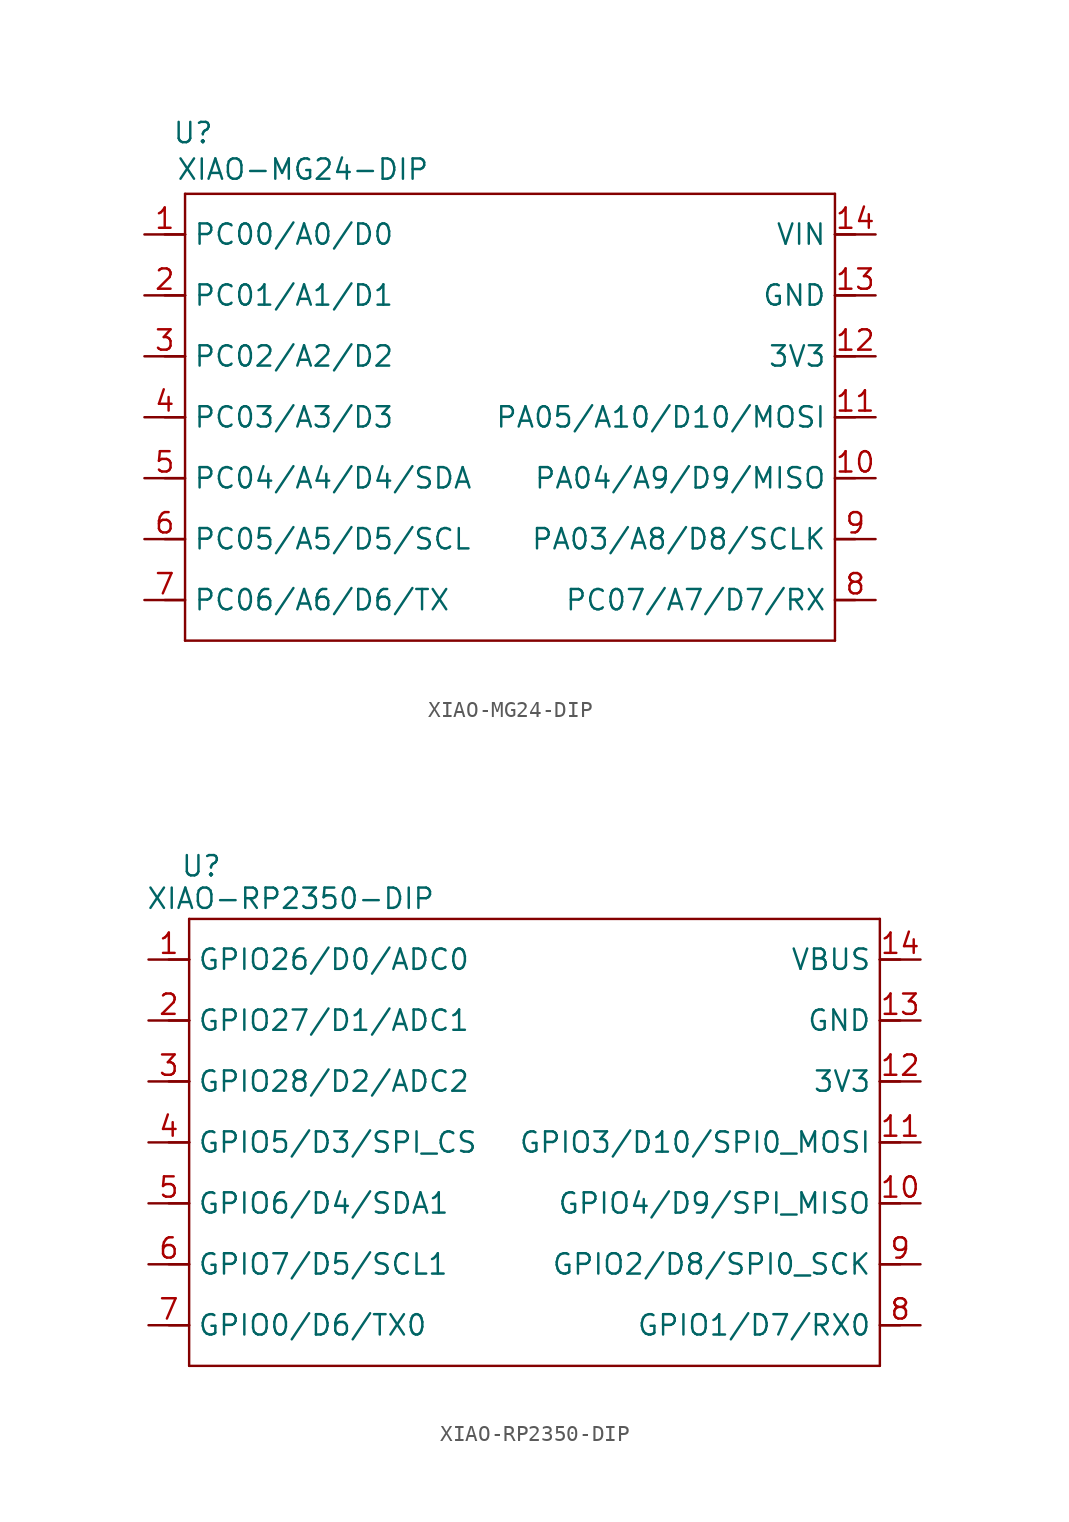
<source format=kicad_sym>
(kicad_symbol_lib
  (version 20231120)
  (generator "kicad_symbol_editor")
  (generator_version "8.0")
  (symbol "XIAO-MG24-DIP"
    (property "Reference" "U"
      (at 0.508 0 0)
      (effects (font (size 1.27 1.27))))
    (property "Value" "XIAO-MG24-DIP"
      (at 7.366 -2.286 0)
      (effects (font (size 1.27 1.27))))
    (symbol "XIAO-MG24-DIP_1_0"
      (polyline (pts (xy 0 -31.75) (xy 0 -17.78)) (stroke (width 0.152) (type solid)) (fill (type none)))
      (polyline (pts (xy 0 -29.21) (xy -1.27 -29.21)) (stroke (width 0.152) (type solid)) (fill (type none)))
      (polyline (pts (xy 0 -25.4) (xy -1.27 -25.4)) (stroke (width 0.152) (type solid)) (fill (type none)))
      (polyline (pts (xy 0 -21.59) (xy -1.27 -21.59)) (stroke (width 0.152) (type solid)) (fill (type none)))
      (polyline (pts (xy 0 -17.78) (xy -1.27 -17.78)) (stroke (width 0.152) (type solid)) (fill (type none)))
      (polyline (pts (xy 0 -17.78) (xy 0 -13.97)) (stroke (width 0.152) (type solid)) (fill (type none)))
      (polyline (pts (xy 0 -13.97) (xy -1.27 -13.97)) (stroke (width 0.152) (type solid)) (fill (type none)))
      (polyline (pts (xy 0 -13.97) (xy 0 -10.16)) (stroke (width 0.152) (type solid)) (fill (type none)))
      (polyline (pts (xy 0 -10.16) (xy -1.27 -10.16)) (stroke (width 0.152) (type solid)) (fill (type none)))
      (polyline (pts (xy 0 -10.16) (xy 0 -6.35)) (stroke (width 0.152) (type solid)) (fill (type none)))
      (polyline (pts (xy 0 -6.35) (xy -1.27 -6.35)) (stroke (width 0.152) (type solid)) (fill (type none)))
      (polyline (pts (xy 0 -6.35) (xy 0 -3.81)) (stroke (width 0.152) (type solid)) (fill (type none)))
      (polyline (pts (xy 0 -3.81) (xy 40.64 -3.81)) (stroke (width 0.152) (type solid)) (fill (type none)))
      (polyline (pts (xy 40.64 -31.75) (xy 0 -31.75)) (stroke (width 0.152) (type solid)) (fill (type none)))
      (polyline (pts (xy 40.64 -13.97) (xy 40.64 -31.75)) (stroke (width 0.152) (type solid)) (fill (type none)))
      (polyline (pts (xy 40.64 -10.16) (xy 40.64 -13.97)) (stroke (width 0.152) (type solid)) (fill (type none)))
      (polyline (pts (xy 40.64 -6.35) (xy 40.64 -10.16)) (stroke (width 0.152) (type solid)) (fill (type none)))
      (polyline (pts (xy 40.64 -3.81) (xy 40.64 -6.35)) (stroke (width 0.152) (type solid)) (fill (type none)))
      (polyline (pts (xy 41.91 -29.21) (xy 40.64 -29.21)) (stroke (width 0.152) (type solid)) (fill (type none)))
      (polyline (pts (xy 41.91 -25.4) (xy 40.64 -25.4)) (stroke (width 0.152) (type solid)) (fill (type none)))
      (polyline (pts (xy 41.91 -21.59) (xy 40.64 -21.59)) (stroke (width 0.152) (type solid)) (fill (type none)))
      (polyline (pts (xy 41.91 -17.78) (xy 40.64 -17.78)) (stroke (width 0.152) (type solid)) (fill (type none)))
      (polyline (pts (xy 41.91 -13.97) (xy 40.64 -13.97)) (stroke (width 0.152) (type solid)) (fill (type none)))
      (polyline (pts (xy 41.91 -10.16) (xy 40.64 -10.16)) (stroke (width 0.152) (type solid)) (fill (type none)))
      (polyline (pts (xy 41.91 -6.35) (xy 40.64 -6.35)) (stroke (width 0.152) (type solid)) (fill (type none)))
      (pin passive line (at -2.54 -6.35 0) (length 2.54) (name "PC00/A0/D0" (effects (font (size 1.27 1.27)))) (number "1" (effects (font (size 1.27 1.27)))))
      (pin passive line (at 43.18 -21.59 180) (length 2.54) (name "PA04/A9/D9/MISO" (effects (font (size 1.27 1.27)))) (number "10" (effects (font (size 1.27 1.27)))))
      (pin passive line (at 43.18 -17.78 180) (length 2.54) (name "PA05/A10/D10/MOSI" (effects (font (size 1.27 1.27)))) (number "11" (effects (font (size 1.27 1.27)))))
      (pin passive line (at 43.18 -13.97 180) (length 2.54) (name "3V3" (effects (font (size 1.27 1.27)))) (number "12" (effects (font (size 1.27 1.27)))))
      (pin passive line (at 43.18 -10.16 180) (length 2.54) (name "GND" (effects (font (size 1.27 1.27)))) (number "13" (effects (font (size 1.27 1.27)))))
      (pin passive line (at 43.18 -6.35 180) (length 2.54) (name "VIN" (effects (font (size 1.27 1.27)))) (number "14" (effects (font (size 1.27 1.27)))))
      (pin passive line (at -2.54 -10.16 0) (length 2.54) (name "PC01/A1/D1" (effects (font (size 1.27 1.27)))) (number "2" (effects (font (size 1.27 1.27)))))
      (pin passive line (at -2.54 -13.97 0) (length 2.54) (name "PC02/A2/D2" (effects (font (size 1.27 1.27)))) (number "3" (effects (font (size 1.27 1.27)))))
      (pin passive line (at -2.54 -17.78 0) (length 2.54) (name "PC03/A3/D3" (effects (font (size 1.27 1.27)))) (number "4" (effects (font (size 1.27 1.27)))))
      (pin passive line (at -2.54 -21.59 0) (length 2.54) (name "PC04/A4/D4/SDA" (effects (font (size 1.27 1.27)))) (number "5" (effects (font (size 1.27 1.27)))))
      (pin passive line (at -2.54 -25.4 0) (length 2.54) (name "PC05/A5/D5/SCL" (effects (font (size 1.27 1.27)))) (number "6" (effects (font (size 1.27 1.27)))))
      (pin passive line (at -2.54 -29.21 0) (length 2.54) (name "PC06/A6/D6/TX" (effects (font (size 1.27 1.27)))) (number "7" (effects (font (size 1.27 1.27)))))
      (pin passive line (at 43.18 -29.21 180) (length 2.54) (name "PC07/A7/D7/RX" (effects (font (size 1.27 1.27)))) (number "8" (effects (font (size 1.27 1.27)))))
      (pin passive line (at 43.18 -25.4 180) (length 2.54) (name "PA03/A8/D8/SCLK" (effects (font (size 1.27 1.27)))) (number "9" (effects (font (size 1.27 1.27)))))))
  (symbol "XIAO-RP2350-DIP"
    (property "Reference" "U"
      (at -5.588 2.032 0)
      (effects (font (size 1.27 1.27))))
    (property "Value" "XIAO-RP2350-DIP"
      (at 0 0 0)
      (effects (font (size 1.27 1.27))))
    (symbol "XIAO-RP2350-DIP_1_0"
      (polyline (pts (xy -6.35 -29.21) (xy -6.35 -15.24)) (stroke (width 0.152) (type solid)) (fill (type none)))
      (polyline (pts (xy -6.35 -26.67) (xy -7.62 -26.67)) (stroke (width 0.152) (type solid)) (fill (type none)))
      (polyline (pts (xy -6.35 -22.86) (xy -7.62 -22.86)) (stroke (width 0.152) (type solid)) (fill (type none)))
      (polyline (pts (xy -6.35 -19.05) (xy -7.62 -19.05)) (stroke (width 0.152) (type solid)) (fill (type none)))
      (polyline (pts (xy -6.35 -15.24) (xy -7.62 -15.24)) (stroke (width 0.152) (type solid)) (fill (type none)))
      (polyline (pts (xy -6.35 -15.24) (xy -6.35 -11.43)) (stroke (width 0.152) (type solid)) (fill (type none)))
      (polyline (pts (xy -6.35 -11.43) (xy -7.62 -11.43)) (stroke (width 0.152) (type solid)) (fill (type none)))
      (polyline (pts (xy -6.35 -11.43) (xy -6.35 -7.62)) (stroke (width 0.152) (type solid)) (fill (type none)))
      (polyline (pts (xy -6.35 -7.62) (xy -7.62 -7.62)) (stroke (width 0.152) (type solid)) (fill (type none)))
      (polyline (pts (xy -6.35 -7.62) (xy -6.35 -3.81)) (stroke (width 0.152) (type solid)) (fill (type none)))
      (polyline (pts (xy -6.35 -3.81) (xy -7.62 -3.81)) (stroke (width 0.152) (type solid)) (fill (type none)))
      (polyline (pts (xy -6.35 -3.81) (xy -6.35 -1.27)) (stroke (width 0.152) (type solid)) (fill (type none)))
      (polyline (pts (xy -6.35 -1.27) (xy 36.83 -1.27)) (stroke (width 0.152) (type solid)) (fill (type none)))
      (polyline (pts (xy 36.83 -29.21) (xy -6.35 -29.21)) (stroke (width 0.152) (type solid)) (fill (type none)))
      (polyline (pts (xy 36.83 -11.43) (xy 36.83 -29.21)) (stroke (width 0.152) (type solid)) (fill (type none)))
      (polyline (pts (xy 36.83 -7.62) (xy 36.83 -11.43)) (stroke (width 0.152) (type solid)) (fill (type none)))
      (polyline (pts (xy 36.83 -3.81) (xy 36.83 -7.62)) (stroke (width 0.152) (type solid)) (fill (type none)))
      (polyline (pts (xy 36.83 -1.27) (xy 36.83 -3.81)) (stroke (width 0.152) (type solid)) (fill (type none)))
      (polyline (pts (xy 38.1 -26.67) (xy 36.83 -26.67)) (stroke (width 0.152) (type solid)) (fill (type none)))
      (polyline (pts (xy 38.1 -22.86) (xy 36.83 -22.86)) (stroke (width 0.152) (type solid)) (fill (type none)))
      (polyline (pts (xy 38.1 -19.05) (xy 36.83 -19.05)) (stroke (width 0.152) (type solid)) (fill (type none)))
      (polyline (pts (xy 38.1 -15.24) (xy 36.83 -15.24)) (stroke (width 0.152) (type solid)) (fill (type none)))
      (polyline (pts (xy 38.1 -11.43) (xy 36.83 -11.43)) (stroke (width 0.152) (type solid)) (fill (type none)))
      (polyline (pts (xy 38.1 -7.62) (xy 36.83 -7.62)) (stroke (width 0.152) (type solid)) (fill (type none)))
      (polyline (pts (xy 38.1 -3.81) (xy 36.83 -3.81)) (stroke (width 0.152) (type solid)) (fill (type none)))
      (pin passive line (at -8.89 -3.81 0) (length 2.54) (name "GPIO26/D0/ADC0" (effects (font (size 1.27 1.27)))) (number "1" (effects (font (size 1.27 1.27)))))
      (pin passive line (at 39.37 -19.05 180) (length 2.54) (name "GPIO4/D9/SPI_MISO" (effects (font (size 1.27 1.27)))) (number "10" (effects (font (size 1.27 1.27)))))
      (pin passive line (at 39.37 -15.24 180) (length 2.54) (name "GPIO3/D10/SPI0_MOSI" (effects (font (size 1.27 1.27)))) (number "11" (effects (font (size 1.27 1.27)))))
      (pin passive line (at 39.37 -11.43 180) (length 2.54) (name "3V3" (effects (font (size 1.27 1.27)))) (number "12" (effects (font (size 1.27 1.27)))))
      (pin passive line (at 39.37 -7.62 180) (length 2.54) (name "GND" (effects (font (size 1.27 1.27)))) (number "13" (effects (font (size 1.27 1.27)))))
      (pin passive line (at 39.37 -3.81 180) (length 2.54) (name "VBUS" (effects (font (size 1.27 1.27)))) (number "14" (effects (font (size 1.27 1.27)))))
      (pin passive line (at -8.89 -7.62 0) (length 2.54) (name "GPIO27/D1/ADC1" (effects (font (size 1.27 1.27)))) (number "2" (effects (font (size 1.27 1.27)))))
      (pin passive line (at -8.89 -11.43 0) (length 2.54) (name "GPIO28/D2/ADC2" (effects (font (size 1.27 1.27)))) (number "3" (effects (font (size 1.27 1.27)))))
      (pin passive line (at -8.89 -15.24 0) (length 2.54) (name "GPIO5/D3/SPI_CS" (effects (font (size 1.27 1.27)))) (number "4" (effects (font (size 1.27 1.27)))))
      (pin passive line (at -8.89 -19.05 0) (length 2.54) (name "GPIO6/D4/SDA1" (effects (font (size 1.27 1.27)))) (number "5" (effects (font (size 1.27 1.27)))))
      (pin passive line (at -8.89 -22.86 0) (length 2.54) (name "GPIO7/D5/SCL1" (effects (font (size 1.27 1.27)))) (number "6" (effects (font (size 1.27 1.27)))))
      (pin passive line (at -8.89 -26.67 0) (length 2.54) (name "GPIO0/D6/TX0" (effects (font (size 1.27 1.27)))) (number "7" (effects (font (size 1.27 1.27)))))
      (pin passive line (at 39.37 -26.67 180) (length 2.54) (name "GPIO1/D7/RX0" (effects (font (size 1.27 1.27)))) (number "8" (effects (font (size 1.27 1.27)))))
      (pin passive line (at 39.37 -22.86 180) (length 2.54) (name "GPIO2/D8/SPI0_SCK" (effects (font (size 1.27 1.27)))) (number "9" (effects (font (size 1.27 1.27))))))))
</source>
